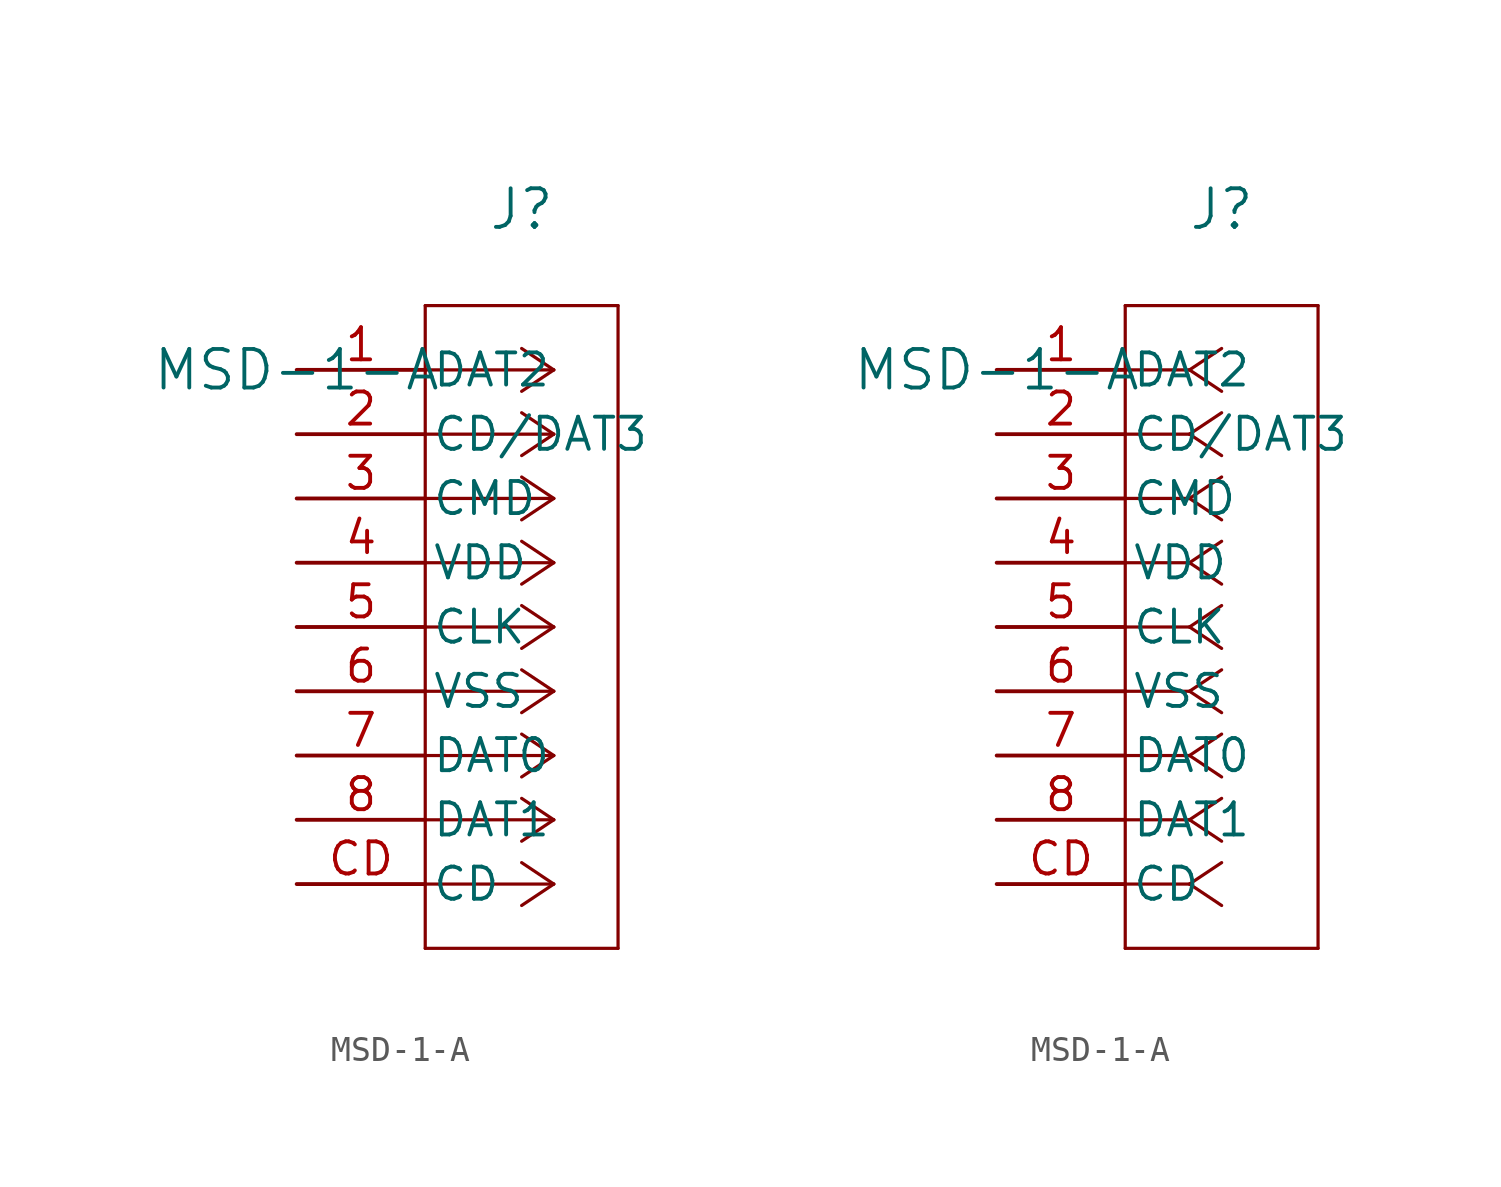
<source format=kicad_sym>
(kicad_symbol_lib
  (version 20211014)
  (generator kicad_symbol_editor)
  (symbol "MSD-1-A"
    (pin_names
      (offset 0.254))
    (property "Reference" "J"
      (at 8.89 6.35 0)
      (effects (font (size 1.524 1.524))))
    (property "Value" "MSD-1-A"
      (at 0 0 0)
      (effects (font (size 1.524 1.524))))
    (symbol "MSD-1-A_1_1"
      (polyline (pts (xy 10.16 0) (xy 5.08 0)) (stroke (width 0.127) (type default) (color 0 0 0 0)) (fill (type none)))
      (polyline (pts (xy 10.16 -2.54) (xy 5.08 -2.54)) (stroke (width 0.127) (type default) (color 0 0 0 0)) (fill (type none)))
      (polyline (pts (xy 10.16 -5.08) (xy 5.08 -5.08)) (stroke (width 0.127) (type default) (color 0 0 0 0)) (fill (type none)))
      (polyline (pts (xy 10.16 -7.62) (xy 5.08 -7.62)) (stroke (width 0.127) (type default) (color 0 0 0 0)) (fill (type none)))
      (polyline (pts (xy 10.16 -10.16) (xy 5.08 -10.16)) (stroke (width 0.127) (type default) (color 0 0 0 0)) (fill (type none)))
      (polyline (pts (xy 10.16 -12.7) (xy 5.08 -12.7)) (stroke (width 0.127) (type default) (color 0 0 0 0)) (fill (type none)))
      (polyline (pts (xy 10.16 -15.24) (xy 5.08 -15.24)) (stroke (width 0.127) (type default) (color 0 0 0 0)) (fill (type none)))
      (polyline (pts (xy 10.16 -17.78) (xy 5.08 -17.78)) (stroke (width 0.127) (type default) (color 0 0 0 0)) (fill (type none)))
      (polyline (pts (xy 10.16 -20.32) (xy 5.08 -20.32)) (stroke (width 0.127) (type default) (color 0 0 0 0)) (fill (type none)))
      (polyline (pts (xy 10.16 0) (xy 8.89 0.847)) (stroke (width 0.127) (type default) (color 0 0 0 0)) (fill (type none)))
      (polyline (pts (xy 10.16 -2.54) (xy 8.89 -1.693)) (stroke (width 0.127) (type default) (color 0 0 0 0)) (fill (type none)))
      (polyline (pts (xy 10.16 -5.08) (xy 8.89 -4.233)) (stroke (width 0.127) (type default) (color 0 0 0 0)) (fill (type none)))
      (polyline (pts (xy 10.16 -7.62) (xy 8.89 -6.773)) (stroke (width 0.127) (type default) (color 0 0 0 0)) (fill (type none)))
      (polyline (pts (xy 10.16 -10.16) (xy 8.89 -9.313)) (stroke (width 0.127) (type default) (color 0 0 0 0)) (fill (type none)))
      (polyline (pts (xy 10.16 -12.7) (xy 8.89 -11.853)) (stroke (width 0.127) (type default) (color 0 0 0 0)) (fill (type none)))
      (polyline (pts (xy 10.16 -15.24) (xy 8.89 -14.393)) (stroke (width 0.127) (type default) (color 0 0 0 0)) (fill (type none)))
      (polyline (pts (xy 10.16 -17.78) (xy 8.89 -16.933)) (stroke (width 0.127) (type default) (color 0 0 0 0)) (fill (type none)))
      (polyline (pts (xy 10.16 -20.32) (xy 8.89 -19.473)) (stroke (width 0.127) (type default) (color 0 0 0 0)) (fill (type none)))
      (polyline (pts (xy 10.16 0) (xy 8.89 -0.847)) (stroke (width 0.127) (type default) (color 0 0 0 0)) (fill (type none)))
      (polyline (pts (xy 10.16 -2.54) (xy 8.89 -3.387)) (stroke (width 0.127) (type default) (color 0 0 0 0)) (fill (type none)))
      (polyline (pts (xy 10.16 -5.08) (xy 8.89 -5.927)) (stroke (width 0.127) (type default) (color 0 0 0 0)) (fill (type none)))
      (polyline (pts (xy 10.16 -7.62) (xy 8.89 -8.467)) (stroke (width 0.127) (type default) (color 0 0 0 0)) (fill (type none)))
      (polyline (pts (xy 10.16 -10.16) (xy 8.89 -11.007)) (stroke (width 0.127) (type default) (color 0 0 0 0)) (fill (type none)))
      (polyline (pts (xy 10.16 -12.7) (xy 8.89 -13.547)) (stroke (width 0.127) (type default) (color 0 0 0 0)) (fill (type none)))
      (polyline (pts (xy 10.16 -15.24) (xy 8.89 -16.087)) (stroke (width 0.127) (type default) (color 0 0 0 0)) (fill (type none)))
      (polyline (pts (xy 10.16 -17.78) (xy 8.89 -18.627)) (stroke (width 0.127) (type default) (color 0 0 0 0)) (fill (type none)))
      (polyline (pts (xy 10.16 -20.32) (xy 8.89 -21.167)) (stroke (width 0.127) (type default) (color 0 0 0 0)) (fill (type none)))
      (polyline (pts (xy 5.08 2.54) (xy 5.08 -22.86)) (stroke (width 0.127) (type default) (color 0 0 0 0)) (fill (type none)))
      (polyline (pts (xy 5.08 -22.86) (xy 12.7 -22.86)) (stroke (width 0.127) (type default) (color 0 0 0 0)) (fill (type none)))
      (polyline (pts (xy 12.7 -22.86) (xy 12.7 2.54)) (stroke (width 0.127) (type default) (color 0 0 0 0)) (fill (type none)))
      (polyline (pts (xy 12.7 2.54) (xy 5.08 2.54)) (stroke (width 0.127) (type default) (color 0 0 0 0)) (fill (type none)))
      (pin bidirectional line (at 0 0 0) (length 5.08) (name "DAT2" (effects (font (size 1.27 1.27)))) (number "1" (effects (font (size 1.27 1.27)))))
      (pin bidirectional line (at 0 -2.54 0) (length 5.08) (name "CD/DAT3" (effects (font (size 1.27 1.27)))) (number "2" (effects (font (size 1.27 1.27)))))
      (pin unspecified line (at 0 -5.08 0) (length 5.08) (name "CMD" (effects (font (size 1.27 1.27)))) (number "3" (effects (font (size 1.27 1.27)))))
      (pin power_in line (at 0 -7.62 0) (length 5.08) (name "VDD" (effects (font (size 1.27 1.27)))) (number "4" (effects (font (size 1.27 1.27)))))
      (pin input line (at 0 -10.16 0) (length 5.08) (name "CLK" (effects (font (size 1.27 1.27)))) (number "5" (effects (font (size 1.27 1.27)))))
      (pin power_out line (at 0 -12.7 0) (length 5.08) (name "VSS" (effects (font (size 1.27 1.27)))) (number "6" (effects (font (size 1.27 1.27)))))
      (pin bidirectional line (at 0 -15.24 0) (length 5.08) (name "DAT0" (effects (font (size 1.27 1.27)))) (number "7" (effects (font (size 1.27 1.27)))))
      (pin bidirectional line (at 0 -17.78 0) (length 5.08) (name "DAT1" (effects (font (size 1.27 1.27)))) (number "8" (effects (font (size 1.27 1.27)))))
      (pin unspecified line (at 0 -20.32 0) (length 5.08) (name "CD" (effects (font (size 1.27 1.27)))) (number "CD" (effects (font (size 1.27 1.27))))))
    (symbol "MSD-1-A_1_2"
      (polyline (pts (xy 7.62 0) (xy 5.08 0)) (stroke (width 0.127) (type default) (color 0 0 0 0)) (fill (type none)))
      (polyline (pts (xy 7.62 -2.54) (xy 5.08 -2.54)) (stroke (width 0.127) (type default) (color 0 0 0 0)) (fill (type none)))
      (polyline (pts (xy 7.62 -5.08) (xy 5.08 -5.08)) (stroke (width 0.127) (type default) (color 0 0 0 0)) (fill (type none)))
      (polyline (pts (xy 7.62 -7.62) (xy 5.08 -7.62)) (stroke (width 0.127) (type default) (color 0 0 0 0)) (fill (type none)))
      (polyline (pts (xy 7.62 -10.16) (xy 5.08 -10.16)) (stroke (width 0.127) (type default) (color 0 0 0 0)) (fill (type none)))
      (polyline (pts (xy 7.62 -12.7) (xy 5.08 -12.7)) (stroke (width 0.127) (type default) (color 0 0 0 0)) (fill (type none)))
      (polyline (pts (xy 7.62 -15.24) (xy 5.08 -15.24)) (stroke (width 0.127) (type default) (color 0 0 0 0)) (fill (type none)))
      (polyline (pts (xy 7.62 -17.78) (xy 5.08 -17.78)) (stroke (width 0.127) (type default) (color 0 0 0 0)) (fill (type none)))
      (polyline (pts (xy 7.62 -20.32) (xy 5.08 -20.32)) (stroke (width 0.127) (type default) (color 0 0 0 0)) (fill (type none)))
      (polyline (pts (xy 7.62 0) (xy 8.89 0.847)) (stroke (width 0.127) (type default) (color 0 0 0 0)) (fill (type none)))
      (polyline (pts (xy 7.62 -2.54) (xy 8.89 -1.693)) (stroke (width 0.127) (type default) (color 0 0 0 0)) (fill (type none)))
      (polyline (pts (xy 7.62 -5.08) (xy 8.89 -4.233)) (stroke (width 0.127) (type default) (color 0 0 0 0)) (fill (type none)))
      (polyline (pts (xy 7.62 -7.62) (xy 8.89 -6.773)) (stroke (width 0.127) (type default) (color 0 0 0 0)) (fill (type none)))
      (polyline (pts (xy 7.62 -10.16) (xy 8.89 -9.313)) (stroke (width 0.127) (type default) (color 0 0 0 0)) (fill (type none)))
      (polyline (pts (xy 7.62 -12.7) (xy 8.89 -11.853)) (stroke (width 0.127) (type default) (color 0 0 0 0)) (fill (type none)))
      (polyline (pts (xy 7.62 -15.24) (xy 8.89 -14.393)) (stroke (width 0.127) (type default) (color 0 0 0 0)) (fill (type none)))
      (polyline (pts (xy 7.62 -17.78) (xy 8.89 -16.933)) (stroke (width 0.127) (type default) (color 0 0 0 0)) (fill (type none)))
      (polyline (pts (xy 7.62 -20.32) (xy 8.89 -19.473)) (stroke (width 0.127) (type default) (color 0 0 0 0)) (fill (type none)))
      (polyline (pts (xy 7.62 0) (xy 8.89 -0.847)) (stroke (width 0.127) (type default) (color 0 0 0 0)) (fill (type none)))
      (polyline (pts (xy 7.62 -2.54) (xy 8.89 -3.387)) (stroke (width 0.127) (type default) (color 0 0 0 0)) (fill (type none)))
      (polyline (pts (xy 7.62 -5.08) (xy 8.89 -5.927)) (stroke (width 0.127) (type default) (color 0 0 0 0)) (fill (type none)))
      (polyline (pts (xy 7.62 -7.62) (xy 8.89 -8.467)) (stroke (width 0.127) (type default) (color 0 0 0 0)) (fill (type none)))
      (polyline (pts (xy 7.62 -10.16) (xy 8.89 -11.007)) (stroke (width 0.127) (type default) (color 0 0 0 0)) (fill (type none)))
      (polyline (pts (xy 7.62 -12.7) (xy 8.89 -13.547)) (stroke (width 0.127) (type default) (color 0 0 0 0)) (fill (type none)))
      (polyline (pts (xy 7.62 -15.24) (xy 8.89 -16.087)) (stroke (width 0.127) (type default) (color 0 0 0 0)) (fill (type none)))
      (polyline (pts (xy 7.62 -17.78) (xy 8.89 -18.627)) (stroke (width 0.127) (type default) (color 0 0 0 0)) (fill (type none)))
      (polyline (pts (xy 7.62 -20.32) (xy 8.89 -21.167)) (stroke (width 0.127) (type default) (color 0 0 0 0)) (fill (type none)))
      (polyline (pts (xy 5.08 2.54) (xy 5.08 -22.86)) (stroke (width 0.127) (type default) (color 0 0 0 0)) (fill (type none)))
      (polyline (pts (xy 5.08 -22.86) (xy 12.7 -22.86)) (stroke (width 0.127) (type default) (color 0 0 0 0)) (fill (type none)))
      (polyline (pts (xy 12.7 -22.86) (xy 12.7 2.54)) (stroke (width 0.127) (type default) (color 0 0 0 0)) (fill (type none)))
      (polyline (pts (xy 12.7 2.54) (xy 5.08 2.54)) (stroke (width 0.127) (type default) (color 0 0 0 0)) (fill (type none)))
      (pin bidirectional line (at 0 0 0) (length 5.08) (name "DAT2" (effects (font (size 1.27 1.27)))) (number "1" (effects (font (size 1.27 1.27)))))
      (pin bidirectional line (at 0 -2.54 0) (length 5.08) (name "CD/DAT3" (effects (font (size 1.27 1.27)))) (number "2" (effects (font (size 1.27 1.27)))))
      (pin unspecified line (at 0 -5.08 0) (length 5.08) (name "CMD" (effects (font (size 1.27 1.27)))) (number "3" (effects (font (size 1.27 1.27)))))
      (pin power_in line (at 0 -7.62 0) (length 5.08) (name "VDD" (effects (font (size 1.27 1.27)))) (number "4" (effects (font (size 1.27 1.27)))))
      (pin input line (at 0 -10.16 0) (length 5.08) (name "CLK" (effects (font (size 1.27 1.27)))) (number "5" (effects (font (size 1.27 1.27)))))
      (pin power_out line (at 0 -12.7 0) (length 5.08) (name "VSS" (effects (font (size 1.27 1.27)))) (number "6" (effects (font (size 1.27 1.27)))))
      (pin bidirectional line (at 0 -15.24 0) (length 5.08) (name "DAT0" (effects (font (size 1.27 1.27)))) (number "7" (effects (font (size 1.27 1.27)))))
      (pin bidirectional line (at 0 -17.78 0) (length 5.08) (name "DAT1" (effects (font (size 1.27 1.27)))) (number "8" (effects (font (size 1.27 1.27)))))
      (pin unspecified line (at 0 -20.32 0) (length 5.08) (name "CD" (effects (font (size 1.27 1.27)))) (number "CD" (effects (font (size 1.27 1.27))))))))
</source>
